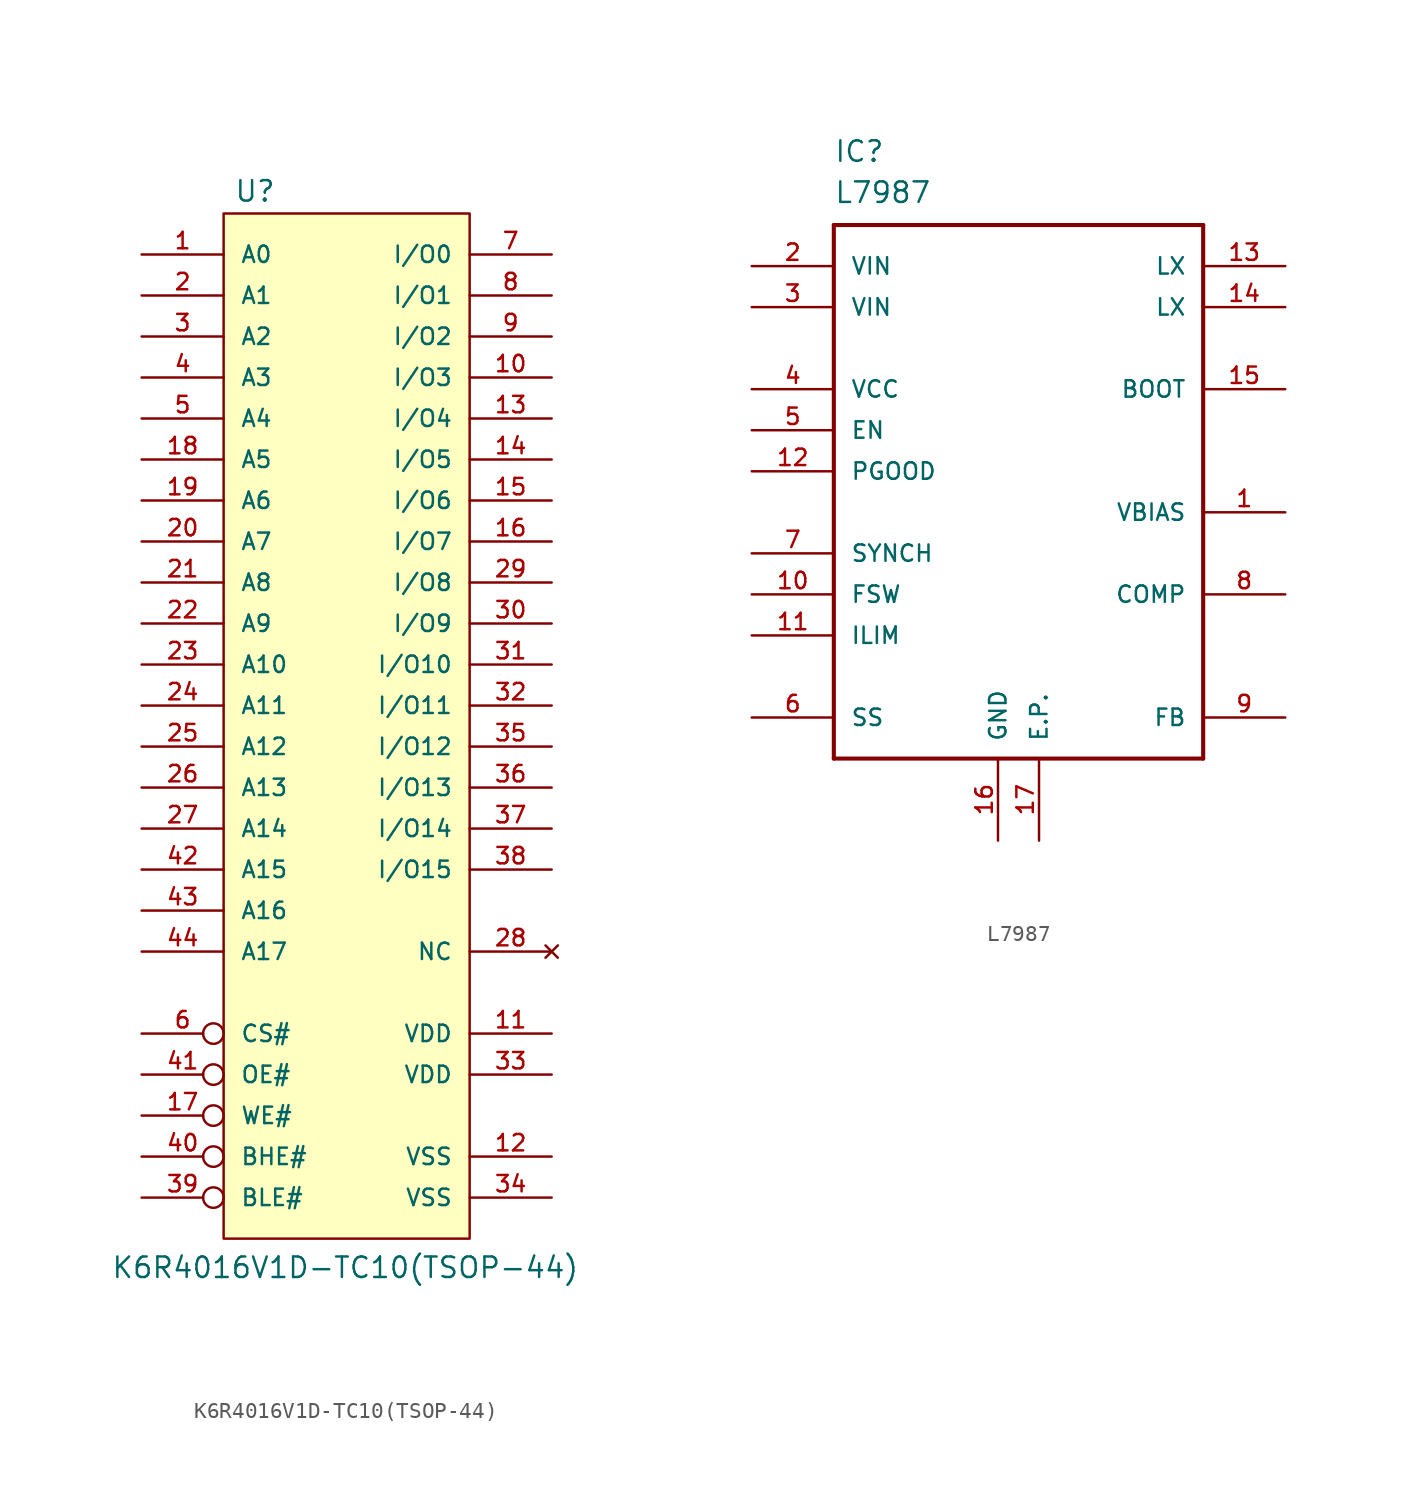
<source format=kicad_sym>
(kicad_symbol_lib
  (version 20220914)
  (generator kicad_symbol_editor)
  (symbol "K6R4016V1D-TC10(TSOP-44)"
    (pin_names
      (offset 1.016))
    (property "Reference" "U"
      (at -6.985 31.115 0)
      (effects (font (size 1.27 1.27)) (justify left bottom)))
    (property "Value" "K6R4016V1D-TC10(TSOP-44)"
      (at -14.605 -35.56 0)
      (effects (font (size 1.27 1.27)) (justify left bottom)))
    (property "Datasheet" ""
      (at 0 0 0)
      (effects (font (size 1.524 1.524))))
    (symbol "K6R4016V1D-TC10(TSOP-44)_0_1"
      (rectangle (start -7.62 -33.02) (end 7.62 30.48) (stroke (width 0) (type solid)) (fill (type background))))
    (symbol "K6R4016V1D-TC10(TSOP-44)_1_1"
      (pin input line (at -12.7 27.94 0) (length 5.08) (name "A0" (effects (font (size 1.016 1.016)))) (number "1" (effects (font (size 1.016 1.016)))))
      (pin bidirectional line (at 12.7 20.32 180) (length 5.08) (name "I/O3" (effects (font (size 1.016 1.016)))) (number "10" (effects (font (size 1.016 1.016)))))
      (pin power_in line (at 12.7 -20.32 180) (length 5.08) (name "VDD" (effects (font (size 1.016 1.016)))) (number "11" (effects (font (size 1.016 1.016)))))
      (pin power_in line (at 12.7 -27.94 180) (length 5.08) (name "VSS" (effects (font (size 1.016 1.016)))) (number "12" (effects (font (size 1.016 1.016)))))
      (pin bidirectional line (at 12.7 17.78 180) (length 5.08) (name "I/O4" (effects (font (size 1.016 1.016)))) (number "13" (effects (font (size 1.016 1.016)))))
      (pin bidirectional line (at 12.7 15.24 180) (length 5.08) (name "I/O5" (effects (font (size 1.016 1.016)))) (number "14" (effects (font (size 1.016 1.016)))))
      (pin bidirectional line (at 12.7 12.7 180) (length 5.08) (name "I/O6" (effects (font (size 1.016 1.016)))) (number "15" (effects (font (size 1.016 1.016)))))
      (pin bidirectional line (at 12.7 10.16 180) (length 5.08) (name "I/O7" (effects (font (size 1.016 1.016)))) (number "16" (effects (font (size 1.016 1.016)))))
      (pin input inverted (at -12.7 -25.4 0) (length 5.08) (name "WE#" (effects (font (size 1.016 1.016)))) (number "17" (effects (font (size 1.016 1.016)))))
      (pin input line (at -12.7 15.24 0) (length 5.08) (name "A5" (effects (font (size 1.016 1.016)))) (number "18" (effects (font (size 1.016 1.016)))))
      (pin input line (at -12.7 12.7 0) (length 5.08) (name "A6" (effects (font (size 1.016 1.016)))) (number "19" (effects (font (size 1.016 1.016)))))
      (pin input line (at -12.7 25.4 0) (length 5.08) (name "A1" (effects (font (size 1.016 1.016)))) (number "2" (effects (font (size 1.016 1.016)))))
      (pin input line (at -12.7 10.16 0) (length 5.08) (name "A7" (effects (font (size 1.016 1.016)))) (number "20" (effects (font (size 1.016 1.016)))))
      (pin input line (at -12.7 7.62 0) (length 5.08) (name "A8" (effects (font (size 1.016 1.016)))) (number "21" (effects (font (size 1.016 1.016)))))
      (pin input line (at -12.7 5.08 0) (length 5.08) (name "A9" (effects (font (size 1.016 1.016)))) (number "22" (effects (font (size 1.016 1.016)))))
      (pin input line (at -12.7 2.54 0) (length 5.08) (name "A10" (effects (font (size 1.016 1.016)))) (number "23" (effects (font (size 1.016 1.016)))))
      (pin input line (at -12.7 0 0) (length 5.08) (name "A11" (effects (font (size 1.016 1.016)))) (number "24" (effects (font (size 1.016 1.016)))))
      (pin input line (at -12.7 -2.54 0) (length 5.08) (name "A12" (effects (font (size 1.016 1.016)))) (number "25" (effects (font (size 1.016 1.016)))))
      (pin input line (at -12.7 -5.08 0) (length 5.08) (name "A13" (effects (font (size 1.016 1.016)))) (number "26" (effects (font (size 1.016 1.016)))))
      (pin input line (at -12.7 -7.62 0) (length 5.08) (name "A14" (effects (font (size 1.016 1.016)))) (number "27" (effects (font (size 1.016 1.016)))))
      (pin no_connect line (at 12.7 -15.24 180) (length 5.08) (name "NC" (effects (font (size 1.016 1.016)))) (number "28" (effects (font (size 1.016 1.016)))))
      (pin bidirectional line (at 12.7 7.62 180) (length 5.08) (name "I/O8" (effects (font (size 1.016 1.016)))) (number "29" (effects (font (size 1.016 1.016)))))
      (pin input line (at -12.7 22.86 0) (length 5.08) (name "A2" (effects (font (size 1.016 1.016)))) (number "3" (effects (font (size 1.016 1.016)))))
      (pin bidirectional line (at 12.7 5.08 180) (length 5.08) (name "I/O9" (effects (font (size 1.016 1.016)))) (number "30" (effects (font (size 1.016 1.016)))))
      (pin bidirectional line (at 12.7 2.54 180) (length 5.08) (name "I/O10" (effects (font (size 1.016 1.016)))) (number "31" (effects (font (size 1.016 1.016)))))
      (pin bidirectional line (at 12.7 0 180) (length 5.08) (name "I/O11" (effects (font (size 1.016 1.016)))) (number "32" (effects (font (size 1.016 1.016)))))
      (pin power_in line (at 12.7 -22.86 180) (length 5.08) (name "VDD" (effects (font (size 1.016 1.016)))) (number "33" (effects (font (size 1.016 1.016)))))
      (pin power_in line (at 12.7 -30.48 180) (length 5.08) (name "VSS" (effects (font (size 1.016 1.016)))) (number "34" (effects (font (size 1.016 1.016)))))
      (pin bidirectional line (at 12.7 -2.54 180) (length 5.08) (name "I/O12" (effects (font (size 1.016 1.016)))) (number "35" (effects (font (size 1.016 1.016)))))
      (pin bidirectional line (at 12.7 -5.08 180) (length 5.08) (name "I/O13" (effects (font (size 1.016 1.016)))) (number "36" (effects (font (size 1.016 1.016)))))
      (pin bidirectional line (at 12.7 -7.62 180) (length 5.08) (name "I/O14" (effects (font (size 1.016 1.016)))) (number "37" (effects (font (size 1.016 1.016)))))
      (pin bidirectional line (at 12.7 -10.16 180) (length 5.08) (name "I/O15" (effects (font (size 1.016 1.016)))) (number "38" (effects (font (size 1.016 1.016)))))
      (pin input inverted (at -12.7 -30.48 0) (length 5.08) (name "BLE#" (effects (font (size 1.016 1.016)))) (number "39" (effects (font (size 1.016 1.016)))))
      (pin input line (at -12.7 20.32 0) (length 5.08) (name "A3" (effects (font (size 1.016 1.016)))) (number "4" (effects (font (size 1.016 1.016)))))
      (pin input inverted (at -12.7 -27.94 0) (length 5.08) (name "BHE#" (effects (font (size 1.016 1.016)))) (number "40" (effects (font (size 1.016 1.016)))))
      (pin input inverted (at -12.7 -22.86 0) (length 5.08) (name "OE#" (effects (font (size 1.016 1.016)))) (number "41" (effects (font (size 1.016 1.016)))))
      (pin input line (at -12.7 -10.16 0) (length 5.08) (name "A15" (effects (font (size 1.016 1.016)))) (number "42" (effects (font (size 1.016 1.016)))))
      (pin input line (at -12.7 -12.7 0) (length 5.08) (name "A16" (effects (font (size 1.016 1.016)))) (number "43" (effects (font (size 1.016 1.016)))))
      (pin input line (at -12.7 -15.24 0) (length 5.08) (name "A17" (effects (font (size 1.016 1.016)))) (number "44" (effects (font (size 1.016 1.016)))))
      (pin input line (at -12.7 17.78 0) (length 5.08) (name "A4" (effects (font (size 1.016 1.016)))) (number "5" (effects (font (size 1.016 1.016)))))
      (pin input inverted (at -12.7 -20.32 0) (length 5.08) (name "CS#" (effects (font (size 1.016 1.016)))) (number "6" (effects (font (size 1.016 1.016)))))
      (pin bidirectional line (at 12.7 27.94 180) (length 5.08) (name "I/O0" (effects (font (size 1.016 1.016)))) (number "7" (effects (font (size 1.016 1.016)))))
      (pin bidirectional line (at 12.7 25.4 180) (length 5.08) (name "I/O1" (effects (font (size 1.016 1.016)))) (number "8" (effects (font (size 1.016 1.016)))))
      (pin bidirectional line (at 12.7 22.86 180) (length 5.08) (name "I/O2" (effects (font (size 1.016 1.016)))) (number "9" (effects (font (size 1.016 1.016)))))))
  (symbol "L7987"
    (pin_names
      (offset 1.016))
    (property "Reference" "IC"
      (at 0 3.81 0)
      (effects (font (size 1.27 1.27)) (justify left bottom)))
    (property "Value" "L7987"
      (at 0 1.27 0)
      (effects (font (size 1.27 1.27)) (justify left bottom)))
    (symbol "L7987_1_0"
      (polyline (pts (xy 0 -33.02) (xy 0 0)) (stroke (width 0.254) (type solid)) (fill (type none)))
      (polyline (pts (xy 0 0) (xy 22.86 0)) (stroke (width 0.254) (type solid)) (fill (type none)))
      (polyline (pts (xy 22.86 -33.02) (xy 0 -33.02)) (stroke (width 0.254) (type solid)) (fill (type none)))
      (polyline (pts (xy 22.86 0) (xy 22.86 -33.02)) (stroke (width 0.254) (type solid)) (fill (type none))))
    (symbol "L7987_1_1"
      (pin power_in line (at 27.94 -17.78 180) (length 5.08) (name "VBIAS" (effects (font (size 1.016 1.016)))) (number "1" (effects (font (size 1.016 1.016)))))
      (pin passive line (at -5.08 -22.86 0) (length 5.08) (name "FSW" (effects (font (size 1.016 1.016)))) (number "10" (effects (font (size 1.016 1.016)))))
      (pin passive line (at -5.08 -25.4 0) (length 5.08) (name "ILIM" (effects (font (size 1.016 1.016)))) (number "11" (effects (font (size 1.016 1.016)))))
      (pin open_collector line (at -5.08 -15.24 0) (length 5.08) (name "PGOOD" (effects (font (size 1.016 1.016)))) (number "12" (effects (font (size 1.016 1.016)))))
      (pin passive line (at 27.94 -2.54 180) (length 5.08) (name "LX" (effects (font (size 1.016 1.016)))) (number "13" (effects (font (size 1.016 1.016)))))
      (pin passive line (at 27.94 -5.08 180) (length 5.08) (name "LX" (effects (font (size 1.016 1.016)))) (number "14" (effects (font (size 1.016 1.016)))))
      (pin passive line (at 27.94 -10.16 180) (length 5.08) (name "BOOT" (effects (font (size 1.016 1.016)))) (number "15" (effects (font (size 1.016 1.016)))))
      (pin power_in line (at 10.16 -38.1 90) (length 5.08) (name "GND" (effects (font (size 1.016 1.016)))) (number "16" (effects (font (size 1.016 1.016)))))
      (pin passive line (at 12.7 -38.1 90) (length 5.08) (name "E.P." (effects (font (size 1.016 1.016)))) (number "17" (effects (font (size 1.016 1.016)))))
      (pin power_in line (at -5.08 -2.54 0) (length 5.08) (name "VIN" (effects (font (size 1.016 1.016)))) (number "2" (effects (font (size 1.016 1.016)))))
      (pin power_in line (at -5.08 -5.08 0) (length 5.08) (name "VIN" (effects (font (size 1.016 1.016)))) (number "3" (effects (font (size 1.016 1.016)))))
      (pin passive line (at -5.08 -10.16 0) (length 5.08) (name "VCC" (effects (font (size 1.016 1.016)))) (number "4" (effects (font (size 1.016 1.016)))))
      (pin input line (at -5.08 -12.7 0) (length 5.08) (name "EN" (effects (font (size 1.016 1.016)))) (number "5" (effects (font (size 1.016 1.016)))))
      (pin input line (at -5.08 -30.48 0) (length 5.08) (name "SS" (effects (font (size 1.016 1.016)))) (number "6" (effects (font (size 1.016 1.016)))))
      (pin bidirectional line (at -5.08 -20.32 0) (length 5.08) (name "SYNCH" (effects (font (size 1.016 1.016)))) (number "7" (effects (font (size 1.016 1.016)))))
      (pin output line (at 27.94 -22.86 180) (length 5.08) (name "COMP" (effects (font (size 1.016 1.016)))) (number "8" (effects (font (size 1.016 1.016)))))
      (pin input line (at 27.94 -30.48 180) (length 5.08) (name "FB" (effects (font (size 1.016 1.016)))) (number "9" (effects (font (size 1.016 1.016))))))))
</source>
